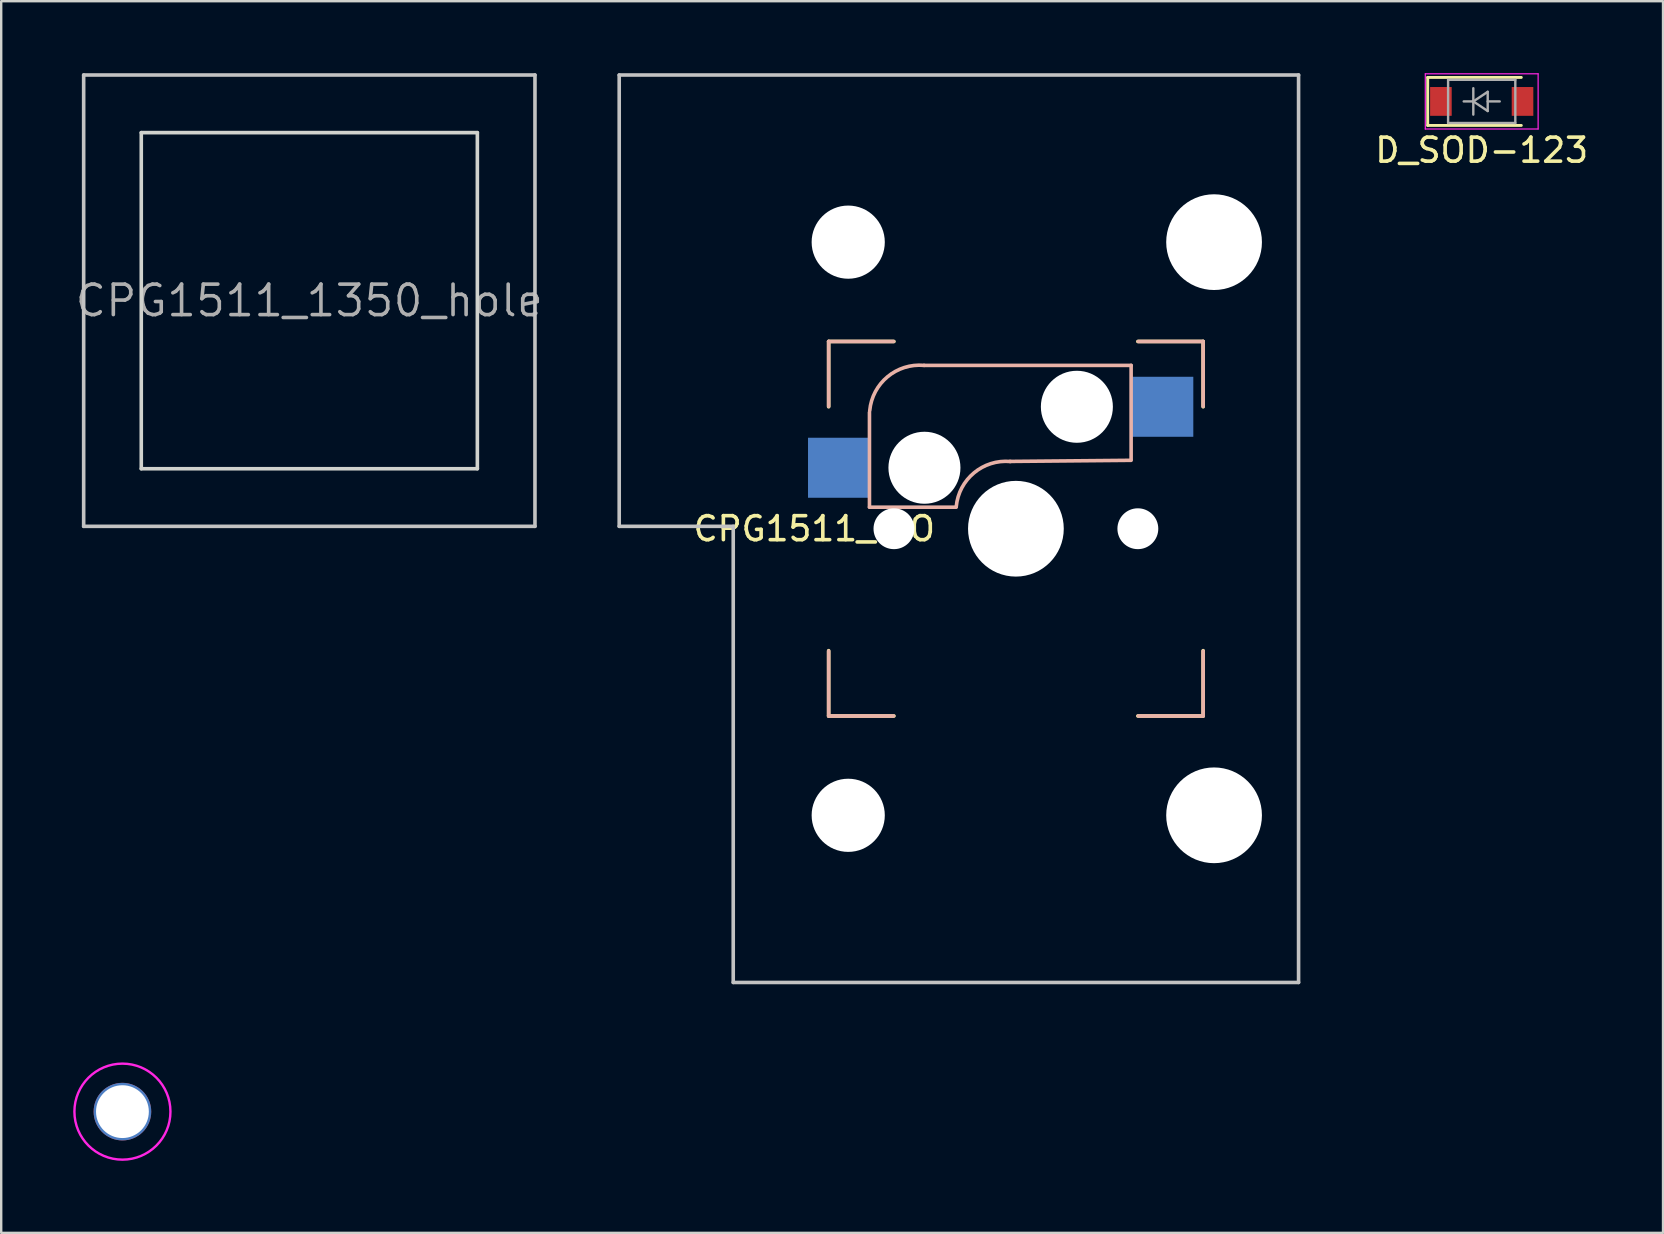
<source format=kicad_pcb>
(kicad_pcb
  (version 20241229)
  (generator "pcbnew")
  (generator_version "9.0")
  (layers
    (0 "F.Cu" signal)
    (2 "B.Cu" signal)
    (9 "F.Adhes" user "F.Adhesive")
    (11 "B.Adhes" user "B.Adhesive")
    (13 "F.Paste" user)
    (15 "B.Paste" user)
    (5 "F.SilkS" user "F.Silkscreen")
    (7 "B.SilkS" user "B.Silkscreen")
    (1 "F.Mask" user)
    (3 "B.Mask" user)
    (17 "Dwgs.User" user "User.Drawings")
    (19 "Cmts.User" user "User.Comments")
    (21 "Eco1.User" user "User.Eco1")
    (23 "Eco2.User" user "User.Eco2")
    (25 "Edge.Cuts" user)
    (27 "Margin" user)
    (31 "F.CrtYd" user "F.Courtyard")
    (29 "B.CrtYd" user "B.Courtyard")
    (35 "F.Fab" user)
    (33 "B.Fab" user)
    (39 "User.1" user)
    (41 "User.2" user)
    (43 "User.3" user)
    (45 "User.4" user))
  (footprint "CPG1511_1350_hole"
    (layer "F.Cu")
    (at 9.835 9.475)
    (property "Reference" "CPG1511_1350_hole" (at 0 0 0) (layer "F.Fab") (effects (font (size 1.27 1.27) (thickness 0.15))))
    (attr through_hole)
    (fp_line (start -9.4 -9.4) (end 9.4 -9.4) (stroke (width 0.15) (type solid)) (layer "Dwgs.User"))
    (fp_line (start -9.4 9.4) (end -9.4 -9.4) (stroke (width 0.15) (type solid)) (layer "Dwgs.User"))
    (fp_line (start 9.4 -9.4) (end 9.4 9.4) (stroke (width 0.15) (type solid)) (layer "Dwgs.User"))
    (fp_line (start 9.4 9.4) (end -9.4 9.4) (stroke (width 0.15) (type solid)) (layer "Dwgs.User"))
    (fp_line (start -7 -7) (end -7 7) (stroke (width 0.15) (type solid)) (layer "Edge.Cuts"))
    (fp_line (start -7 -7) (end 7 -7) (stroke (width 0.15) (type solid)) (layer "Edge.Cuts"))
    (fp_line (start -7 7) (end 7 7) (stroke (width 0.15) (type solid)) (layer "Edge.Cuts"))
    (fp_line (start 7 -7) (end 7 7) (stroke (width 0.15) (type solid)) (layer "Edge.Cuts")))
  (footprint "CPG1511_ISO"
    (layer "F.Cu")
    (at 39.269 18.975)
    (property "Reference" "CPG1511_ISO" (at -8.4 0 180) (layer "F.SilkS") (effects (font (size 1 1) (thickness 0.15))))
    (attr through_hole)
    (fp_line (start -7.8 -7.8) (end -5.08 -7.8) (stroke (width 0.15) (type solid)) (layer "F.SilkS"))
    (fp_line (start -7.8 -5.08) (end -7.8 -7.8) (stroke (width 0.15) (type solid)) (layer "F.SilkS"))
    (fp_line (start -7.8 5.08) (end -7.8 7.8) (stroke (width 0.15) (type solid)) (layer "F.SilkS"))
    (fp_line (start -7.8 7.8) (end -5.08 7.8) (stroke (width 0.15) (type solid)) (layer "F.SilkS"))
    (fp_line (start 5.08 7.8) (end 7.8 7.8) (stroke (width 0.15) (type solid)) (layer "F.SilkS"))
    (fp_line (start 7.8 -7.8) (end 5.08 -7.8) (stroke (width 0.15) (type solid)) (layer "F.SilkS"))
    (fp_line (start 7.8 -5.08) (end 7.8 -7.8) (stroke (width 0.15) (type solid)) (layer "F.SilkS"))
    (fp_line (start 7.8 7.8) (end 7.8 5.08) (stroke (width 0.15) (type solid)) (layer "F.SilkS"))
    (fp_line (start -7.8 -7.8) (end -5.1 -7.8) (stroke (width 0.15) (type solid)) (layer "B.SilkS"))
    (fp_line (start -7.8 -5.1) (end -7.8 -7.8) (stroke (width 0.15) (type solid)) (layer "B.SilkS"))
    (fp_line (start -7.8 7.8) (end -7.8 5.1) (stroke (width 0.15) (type solid)) (layer "B.SilkS"))
    (fp_line (start -6.1 -4.85) (end -6.1 -0.905) (stroke (width 0.15) (type solid)) (layer "B.SilkS"))
    (fp_line (start -6.1 -0.896) (end -2.49 -0.896) (stroke (width 0.15) (type solid)) (layer "B.SilkS"))
    (fp_line (start -5.1 7.8) (end -7.8 7.8) (stroke (width 0.15) (type solid)) (layer "B.SilkS"))
    (fp_line (start 4.8 -6.804) (end -3.825 -6.804) (stroke (width 0.15) (type solid)) (layer "B.SilkS"))
    (fp_line (start 4.8 -2.896) (end 4.8 -6.804) (stroke (width 0.15) (type solid)) (layer "B.SilkS"))
    (fp_line (start 4.8 -2.85) (end -0.25 -2.804) (stroke (width 0.15) (type solid)) (layer "B.SilkS"))
    (fp_line (start 5.1 -7.8) (end 7.8 -7.8) (stroke (width 0.15) (type solid)) (layer "B.SilkS"))
    (fp_line (start 7.8 -7.8) (end 7.8 -5.1) (stroke (width 0.15) (type solid)) (layer "B.SilkS"))
    (fp_line (start 7.8 5.1) (end 7.8 7.8) (stroke (width 0.15) (type solid)) (layer "B.SilkS"))
    (fp_line (start 7.8 7.8) (end 5.1 7.8) (stroke (width 0.15) (type solid)) (layer "B.SilkS"))
    (fp_arc (start -6.089 -4.92) (mid -5.347189 -6.33089) (end -3.825 -6.804) (stroke (width 0.15) (type solid)) (layer "B.SilkS"))
    (fp_arc (start -2.484999 -0.920001) (mid -1.74436 -2.328062) (end -0.225 -2.8) (stroke (width 0.15) (type solid)) (layer "B.SilkS"))
    (fp_line (start -16.525 -18.9) (end -16.525 -0.1) (stroke (width 0.15) (type solid)) (layer "Dwgs.User"))
    (fp_line (start -16.525 -18.9) (end 11.775 -18.9) (stroke (width 0.15) (type solid)) (layer "Dwgs.User"))
    (fp_line (start -11.775 -0.1) (end -16.525 -0.1) (stroke (width 0.15) (type solid)) (layer "Dwgs.User"))
    (fp_line (start -11.775 18.9) (end -11.775 -0.1) (stroke (width 0.15) (type solid)) (layer "Dwgs.User"))
    (fp_line (start -11.775 18.9) (end 11.775 18.9) (stroke (width 0.15) (type solid)) (layer "Dwgs.User"))
    (fp_line (start 11.775 -18.9) (end 11.775 18.9) (stroke (width 0.15) (type solid)) (layer "Dwgs.User"))
    (fp_line (start -7 7) (end -7 -7) (stroke (width 0.15) (type solid)) (layer "Eco2.User"))
    (fp_line (start -7 7) (end 7 7) (stroke (width 0.15) (type solid)) (layer "Eco2.User"))
    (fp_line (start 7 -7) (end -7 -7) (stroke (width 0.15) (type solid)) (layer "Eco2.User"))
    (fp_line (start 7 -7) (end 7 7) (stroke (width 0.15) (type solid)) (layer "Eco2.User"))
    (pad "" np_thru_hole circle (at -6.985 -11.938) (size 3.048 3.048) (drill 3.048) (layers "*.Cu" "*.Mask"))
    (pad "" np_thru_hole circle (at -6.985 11.938) (size 3.048 3.048) (drill 3.048) (layers "*.Cu" "*.Mask"))
    (pad "" np_thru_hole circle (at -5.08 0) (size 1.702 1.702) (drill 1.702) (layers "*.Cu" "*.Mask"))
    (pad "" np_thru_hole circle (at -3.81 -2.54) (size 3 3) (drill 3) (layers "*.Cu" "*.Mask"))
    (pad "" np_thru_hole circle (at 0 0) (size 3.988 3.988) (drill 3.988) (layers "*.Cu" "*.Mask"))
    (pad "" np_thru_hole circle (at 2.54 -5.08) (size 3 3) (drill 3) (layers "*.Cu" "*.Mask"))
    (pad "" np_thru_hole circle (at 5.08 0) (size 1.702 1.702) (drill 1.702) (layers "*.Cu" "*.Mask"))
    (pad "" np_thru_hole circle (at 8.255 -11.938) (size 3.988 3.988) (drill 3.988) (layers "*.Cu" "*.Mask"))
    (pad "" np_thru_hole circle (at 8.255 11.938) (size 3.988 3.988) (drill 3.988) (layers "*.Cu" "*.Mask"))
    (pad "1" smd rect (at -7.385 -2.54) (size 2.55 2.5) (layers "B.Cu" "B.Mask" "B.Paste"))
    (pad "2" smd rect (at 6.115 -5.08 180) (size 2.55 2.5) (layers "B.Cu" "B.Mask" "B.Paste")))
  (footprint "D_SOD-123"
    (layer "F.Cu")
    (at 58.673 1.175)
    (property "Reference" "D_SOD-123" (at 0 2.032 0) (layer "F.SilkS") (effects (font (size 1 1) (thickness 0.15))))
    (attr smd)
    (fp_line (start -2.25 -1) (end -2.25 1) (stroke (width 0.12) (type solid)) (layer "F.SilkS"))
    (fp_line (start -2.25 -1) (end 1.65 -1) (stroke (width 0.12) (type solid)) (layer "F.SilkS"))
    (fp_line (start -2.25 1) (end 1.65 1) (stroke (width 0.12) (type solid)) (layer "F.SilkS"))
    (fp_line (start -2.35 -1.15) (end -2.35 1.15) (stroke (width 0.05) (type solid)) (layer "F.CrtYd"))
    (fp_line (start -2.35 -1.15) (end 2.35 -1.15) (stroke (width 0.05) (type solid)) (layer "F.CrtYd"))
    (fp_line (start 2.35 -1.15) (end 2.35 1.15) (stroke (width 0.05) (type solid)) (layer "F.CrtYd"))
    (fp_line (start 2.35 1.15) (end -2.35 1.15) (stroke (width 0.05) (type solid)) (layer "F.CrtYd"))
    (fp_line (start -1.4 -0.9) (end 1.4 -0.9) (stroke (width 0.1) (type solid)) (layer "F.Fab"))
    (fp_line (start -1.4 0.9) (end -1.4 -0.9) (stroke (width 0.1) (type solid)) (layer "F.Fab"))
    (fp_line (start -0.75 0) (end -0.35 0) (stroke (width 0.1) (type solid)) (layer "F.Fab"))
    (fp_line (start -0.35 0) (end -0.35 -0.55) (stroke (width 0.1) (type solid)) (layer "F.Fab"))
    (fp_line (start -0.35 0) (end -0.35 0.55) (stroke (width 0.1) (type solid)) (layer "F.Fab"))
    (fp_line (start -0.35 0) (end 0.25 -0.4) (stroke (width 0.1) (type solid)) (layer "F.Fab"))
    (fp_line (start 0.25 -0.4) (end 0.25 0.4) (stroke (width 0.1) (type solid)) (layer "F.Fab"))
    (fp_line (start 0.25 0) (end 0.75 0) (stroke (width 0.1) (type solid)) (layer "F.Fab"))
    (fp_line (start 0.25 0.4) (end -0.35 0) (stroke (width 0.1) (type solid)) (layer "F.Fab"))
    (fp_line (start 1.4 -0.9) (end 1.4 0.9) (stroke (width 0.1) (type solid)) (layer "F.Fab"))
    (fp_line (start 1.4 0.9) (end -1.4 0.9) (stroke (width 0.1) (type solid)) (layer "F.Fab"))
    (pad "1" smd rect (at -1.7 0) (size 0.9 1.2) (layers "F.Cu" "F.Mask" "F.Paste"))
    (pad "2" smd rect (at 1.7 0) (size 0.9 1.2) (layers "F.Cu" "F.Mask" "F.Paste")))
  (footprint "HOLE_M2"
    (layer "F.Cu")
    (at 2.05 43.257)
    (property "Reference" "HOLE_M2" (at 0 -2 0) (layer "Eco2.User") (effects (font (size 0.3 0.3) (thickness 0.075))))
    (attr through_hole)
    (fp_circle (center 0 0) (end 2 0) (stroke (width 0.1) (type solid)) (fill no) (layer "F.CrtYd"))
    (pad "" thru_hole circle (at 0 0) (size 2.4 2.4) (drill 2.2) (layers "*.Cu" "*.Mask")))
  (gr_rect
    (start -3 -3)
    (end 66.226 48.307)
    (stroke (width 0.1) (type default))
    (fill no)
    (layer "Edge.Cuts")))
</source>
